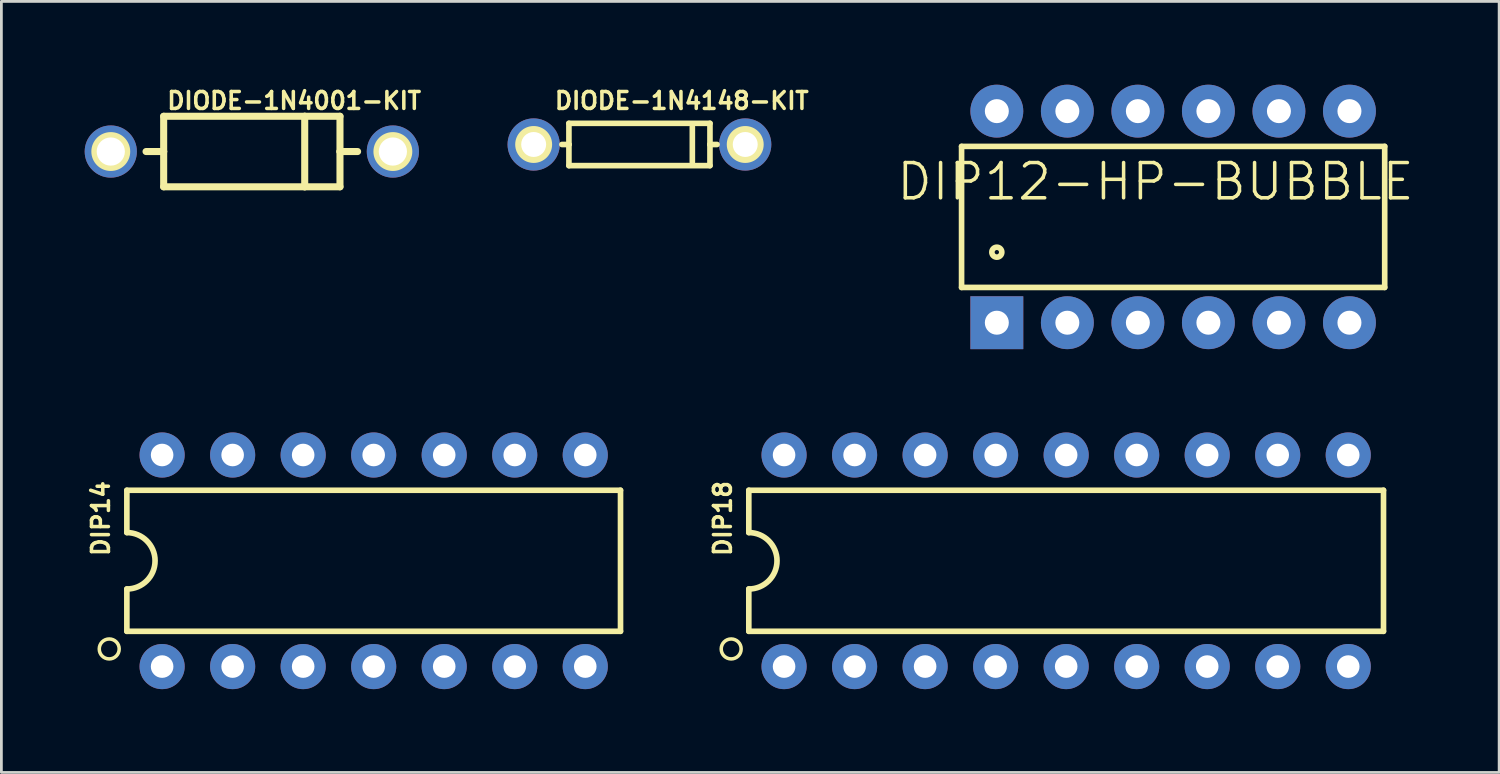
<source format=kicad_pcb>
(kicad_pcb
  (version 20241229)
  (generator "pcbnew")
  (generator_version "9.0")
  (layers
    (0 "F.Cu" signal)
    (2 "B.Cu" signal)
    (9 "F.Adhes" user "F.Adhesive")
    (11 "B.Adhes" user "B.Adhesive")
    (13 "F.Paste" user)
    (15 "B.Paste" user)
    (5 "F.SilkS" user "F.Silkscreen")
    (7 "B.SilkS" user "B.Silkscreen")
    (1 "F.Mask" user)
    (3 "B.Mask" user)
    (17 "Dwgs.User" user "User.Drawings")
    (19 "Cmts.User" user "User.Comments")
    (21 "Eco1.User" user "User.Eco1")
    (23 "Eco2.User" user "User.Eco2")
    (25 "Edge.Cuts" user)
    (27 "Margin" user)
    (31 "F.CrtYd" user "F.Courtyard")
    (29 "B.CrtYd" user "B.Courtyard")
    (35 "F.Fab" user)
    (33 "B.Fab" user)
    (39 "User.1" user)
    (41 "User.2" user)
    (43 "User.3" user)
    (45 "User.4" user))
  (footprint "DIP18"
    (layer "F.Cu")
    (at 35.35 17.148)
    (property "Reference" "DIP18" (at -12.37 -1.524 90) (layer "F.SilkS") (effects (font (size 0.61 0.61) (thickness 0.127))))
    (attr exclude_from_pos_files exclude_from_bom)
    (fp_line (start -11.43 -2.54) (end -11.43 -1.016) (stroke (width 0.203) (type solid)) (layer "F.SilkS"))
    (fp_line (start -11.43 2.54) (end -11.43 1.016) (stroke (width 0.203) (type solid)) (layer "F.SilkS"))
    (fp_line (start -11.43 2.54) (end 11.43 2.54) (stroke (width 0.203) (type solid)) (layer "F.SilkS"))
    (fp_line (start 11.43 -2.54) (end -11.43 -2.54) (stroke (width 0.203) (type solid)) (layer "F.SilkS"))
    (fp_line (start 11.43 -2.54) (end 11.43 2.54) (stroke (width 0.203) (type solid)) (layer "F.SilkS"))
    (fp_arc (start -11.43 -1.016) (mid -10.414 0) (end -11.43 1.016) (stroke (width 0.2032) (type solid)) (layer "F.SilkS"))
    (fp_circle (center -12.065 3.175) (end -12.319 3.429) (stroke (width 0.127) (type solid)) (fill no) (layer "F.SilkS"))
    (pad "1" thru_hole circle (at -10.16 3.81) (size 1.626 1.626) (drill 0.813) (layers "*.Cu" "*.Paste" "*.Mask"))
    (pad "2" thru_hole circle (at -7.62 3.81) (size 1.626 1.626) (drill 0.813) (layers "*.Cu" "*.Paste" "*.Mask"))
    (pad "3" thru_hole circle (at -5.08 3.81) (size 1.626 1.626) (drill 0.813) (layers "*.Cu" "*.Paste" "*.Mask"))
    (pad "4" thru_hole circle (at -2.54 3.81) (size 1.626 1.626) (drill 0.813) (layers "*.Cu" "*.Paste" "*.Mask"))
    (pad "5" thru_hole circle (at 0 3.81) (size 1.626 1.626) (drill 0.813) (layers "*.Cu" "*.Paste" "*.Mask"))
    (pad "6" thru_hole circle (at 2.54 3.81) (size 1.626 1.626) (drill 0.813) (layers "*.Cu" "*.Paste" "*.Mask"))
    (pad "7" thru_hole circle (at 5.08 3.81) (size 1.626 1.626) (drill 0.813) (layers "*.Cu" "*.Paste" "*.Mask"))
    (pad "8" thru_hole circle (at 7.62 3.81) (size 1.626 1.626) (drill 0.813) (layers "*.Cu" "*.Paste" "*.Mask"))
    (pad "9" thru_hole circle (at 10.16 3.81) (size 1.626 1.626) (drill 0.813) (layers "*.Cu" "*.Paste" "*.Mask"))
    (pad "10" thru_hole circle (at 10.16 -3.81) (size 1.626 1.626) (drill 0.813) (layers "*.Cu" "*.Paste" "*.Mask"))
    (pad "11" thru_hole circle (at 7.62 -3.81) (size 1.626 1.626) (drill 0.813) (layers "*.Cu" "*.Paste" "*.Mask"))
    (pad "12" thru_hole circle (at 5.08 -3.81) (size 1.626 1.626) (drill 0.813) (layers "*.Cu" "*.Paste" "*.Mask"))
    (pad "13" thru_hole circle (at 2.54 -3.81) (size 1.626 1.626) (drill 0.813) (layers "*.Cu" "*.Paste" "*.Mask"))
    (pad "14" thru_hole circle (at 0 -3.81) (size 1.626 1.626) (drill 0.813) (layers "*.Cu" "*.Paste" "*.Mask"))
    (pad "15" thru_hole circle (at -2.54 -3.81) (size 1.626 1.626) (drill 0.813) (layers "*.Cu" "*.Paste" "*.Mask"))
    (pad "16" thru_hole circle (at -5.08 -3.81) (size 1.626 1.626) (drill 0.813) (layers "*.Cu" "*.Paste" "*.Mask"))
    (pad "17" thru_hole circle (at -7.62 -3.81) (size 1.626 1.626) (drill 0.813) (layers "*.Cu" "*.Paste" "*.Mask"))
    (pad "18" thru_hole circle (at -10.16 -3.81) (size 1.626 1.626) (drill 0.813) (layers "*.Cu" "*.Paste" "*.Mask")))
  (footprint "DIODE-1N4001-KIT"
    (layer "F.Cu")
    (at 6.02 2.408)
    (property "Reference" "DIODE-1N4001-KIT" (at 1.524 -1.829 0) (layer "F.SilkS") (effects (font (size 0.61 0.61) (thickness 0.127))))
    (attr exclude_from_pos_files exclude_from_bom)
    (fp_line (start -3.175 -1.27) (end -3.175 0) (stroke (width 0.254) (type solid)) (layer "F.SilkS"))
    (fp_line (start -3.175 0) (end -3.81 0) (stroke (width 0.254) (type solid)) (layer "F.SilkS"))
    (fp_line (start -3.175 0) (end -3.175 1.27) (stroke (width 0.254) (type solid)) (layer "F.SilkS"))
    (fp_line (start -3.175 1.27) (end 1.905 1.27) (stroke (width 0.254) (type solid)) (layer "F.SilkS"))
    (fp_line (start 1.905 -1.27) (end -3.175 -1.27) (stroke (width 0.254) (type solid)) (layer "F.SilkS"))
    (fp_line (start 1.905 -1.27) (end 1.905 1.27) (stroke (width 0.254) (type solid)) (layer "F.SilkS"))
    (fp_line (start 1.905 1.27) (end 3.175 1.27) (stroke (width 0.254) (type solid)) (layer "F.SilkS"))
    (fp_line (start 3.175 -1.27) (end 1.905 -1.27) (stroke (width 0.254) (type solid)) (layer "F.SilkS"))
    (fp_line (start 3.175 0) (end 3.175 -1.27) (stroke (width 0.254) (type solid)) (layer "F.SilkS"))
    (fp_line (start 3.175 0) (end 3.81 0) (stroke (width 0.254) (type solid)) (layer "F.SilkS"))
    (fp_line (start 3.175 1.27) (end 3.175 0) (stroke (width 0.254) (type solid)) (layer "F.SilkS"))
    (fp_circle (center -5.08 0) (end -5.575 0.495) (stroke (width 0) (type solid)) (fill yes) (layer "F.SilkS"))
    (fp_circle (center -5.08 0) (end -5.334 0.254) (stroke (width 0) (type solid)) (fill yes) (layer "F.SilkS"))
    (fp_circle (center 5.08 0) (end 5.334 0.254) (stroke (width 0) (type solid)) (fill yes) (layer "F.SilkS"))
    (fp_circle (center 5.08 0) (end 5.575 0.495) (stroke (width 0) (type solid)) (fill yes) (layer "F.SilkS"))
    (pad "A" thru_hole circle (at -5.08 0) (size 1.88 1.88) (drill 1.016) (layers "*.Cu" "*.Paste" "*.Mask"))
    (pad "C" thru_hole circle (at 5.08 0) (size 1.88 1.88) (drill 1.016) (layers "*.Cu" "*.Paste" "*.Mask")))
  (footprint "DIP12-HP-BUBBLE"
    (layer "F.Cu")
    (at 39.203 4.763)
    (property "Reference" "DIP12-HP-BUBBLE" (at -0.635 -1.27 0) (layer "F.SilkS") (effects (font (size 1.27 1.27) (thickness 0.127))))
    (attr exclude_from_pos_files exclude_from_bom)
    (fp_line (start -7.62 -2.54) (end 7.62 -2.54) (stroke (width 0.203) (type solid)) (layer "F.SilkS"))
    (fp_line (start -7.62 2.54) (end -7.62 -2.54) (stroke (width 0.203) (type solid)) (layer "F.SilkS"))
    (fp_line (start -7.62 2.54) (end 7.62 2.54) (stroke (width 0.203) (type solid)) (layer "F.SilkS"))
    (fp_line (start 7.62 -2.54) (end 7.62 2.54) (stroke (width 0.203) (type solid)) (layer "F.SilkS"))
    (fp_circle (center -6.35 1.27) (end -6.477 1.397) (stroke (width 0.203) (type solid)) (fill no) (layer "F.SilkS"))
    (pad "1" thru_hole rect (at -6.35 3.81) (size 1.905 1.905) (drill 0.864) (layers "*.Cu" "*.Paste" "*.Mask"))
    (pad "2" thru_hole circle (at -3.81 3.81) (size 1.905 1.905) (drill 0.864) (layers "*.Cu" "*.Paste" "*.Mask"))
    (pad "3" thru_hole circle (at -1.27 3.81) (size 1.905 1.905) (drill 0.864) (layers "*.Cu" "*.Paste" "*.Mask"))
    (pad "4" thru_hole circle (at 1.27 3.81) (size 1.905 1.905) (drill 0.864) (layers "*.Cu" "*.Paste" "*.Mask"))
    (pad "5" thru_hole circle (at 3.81 3.81) (size 1.905 1.905) (drill 0.864) (layers "*.Cu" "*.Paste" "*.Mask"))
    (pad "6" thru_hole circle (at 6.35 3.81) (size 1.905 1.905) (drill 0.864) (layers "*.Cu" "*.Paste" "*.Mask"))
    (pad "7" thru_hole circle (at 6.35 -3.81) (size 1.905 1.905) (drill 0.864) (layers "*.Cu" "*.Paste" "*.Mask"))
    (pad "8" thru_hole circle (at 3.81 -3.81) (size 1.905 1.905) (drill 0.864) (layers "*.Cu" "*.Paste" "*.Mask"))
    (pad "9" thru_hole circle (at 1.27 -3.81) (size 1.905 1.905) (drill 0.864) (layers "*.Cu" "*.Paste" "*.Mask"))
    (pad "10" thru_hole circle (at -1.27 -3.81) (size 1.905 1.905) (drill 0.864) (layers "*.Cu" "*.Paste" "*.Mask"))
    (pad "11" thru_hole circle (at -3.81 -3.81) (size 1.905 1.905) (drill 0.864) (layers "*.Cu" "*.Paste" "*.Mask"))
    (pad "12" thru_hole circle (at -6.35 -3.81) (size 1.905 1.905) (drill 0.864) (layers "*.Cu" "*.Paste" "*.Mask")))
  (footprint "DIODE-1N4148-KIT"
    (layer "F.Cu")
    (at 19.981 2.154)
    (property "Reference" "DIODE-1N4148-KIT" (at 1.524 -1.575 0) (layer "F.SilkS") (effects (font (size 0.61 0.61) (thickness 0.127))))
    (attr exclude_from_pos_files exclude_from_bom)
    (fp_line (start -2.54 -0.762) (end 2.54 -0.762) (stroke (width 0.203) (type solid)) (layer "F.SilkS"))
    (fp_line (start -2.54 0) (end -2.794 0) (stroke (width 0.203) (type solid)) (layer "F.SilkS"))
    (fp_line (start -2.54 0) (end -2.54 -0.762) (stroke (width 0.203) (type solid)) (layer "F.SilkS"))
    (fp_line (start -2.54 0.762) (end -2.54 0) (stroke (width 0.203) (type solid)) (layer "F.SilkS"))
    (fp_line (start 1.905 -0.635) (end 1.905 0.635) (stroke (width 0.203) (type solid)) (layer "F.SilkS"))
    (fp_line (start 2.54 -0.762) (end 2.54 0) (stroke (width 0.203) (type solid)) (layer "F.SilkS"))
    (fp_line (start 2.54 0) (end 2.54 0.762) (stroke (width 0.203) (type solid)) (layer "F.SilkS"))
    (fp_line (start 2.54 0) (end 2.794 0) (stroke (width 0.203) (type solid)) (layer "F.SilkS"))
    (fp_line (start 2.54 0.762) (end -2.54 0.762) (stroke (width 0.203) (type solid)) (layer "F.SilkS"))
    (fp_circle (center -3.81 0) (end -4.28 0.47) (stroke (width 0) (type solid)) (fill yes) (layer "F.SilkS"))
    (fp_circle (center -3.81 0) (end -4.039 0.229) (stroke (width 0) (type solid)) (fill yes) (layer "F.SilkS"))
    (fp_circle (center -3.81 0) (end -4.039 0.229) (stroke (width 0) (type solid)) (fill yes) (layer "F.SilkS"))
    (fp_circle (center 3.81 0) (end 4.039 0.229) (stroke (width 0) (type solid)) (fill yes) (layer "F.SilkS"))
    (fp_circle (center 3.81 0) (end 4.28 0.47) (stroke (width 0) (type solid)) (fill yes) (layer "F.SilkS"))
    (pad "A" thru_hole circle (at -3.81 0) (size 1.88 1.88) (drill 0.899) (layers "*.Cu" "*.Paste" "*.Mask"))
    (pad "C" thru_hole circle (at 3.81 0) (size 1.88 1.88) (drill 0.899) (layers "*.Cu" "*.Paste" "*.Mask")))
  (footprint "DIP14"
    (layer "F.Cu")
    (at 10.409 17.148)
    (property "Reference" "DIP14" (at -9.83 -1.524 90) (layer "F.SilkS") (effects (font (size 0.61 0.61) (thickness 0.127))))
    (attr exclude_from_pos_files exclude_from_bom)
    (fp_line (start -8.89 -2.54) (end -8.89 -1.016) (stroke (width 0.203) (type solid)) (layer "F.SilkS"))
    (fp_line (start -8.89 2.54) (end -8.89 1.016) (stroke (width 0.203) (type solid)) (layer "F.SilkS"))
    (fp_line (start -8.89 2.54) (end 8.89 2.54) (stroke (width 0.203) (type solid)) (layer "F.SilkS"))
    (fp_line (start 8.89 -2.54) (end -8.89 -2.54) (stroke (width 0.203) (type solid)) (layer "F.SilkS"))
    (fp_line (start 8.89 -2.54) (end 8.89 2.54) (stroke (width 0.203) (type solid)) (layer "F.SilkS"))
    (fp_arc (start -8.89 -1.016) (mid -7.874 0) (end -8.89 1.016) (stroke (width 0.2032) (type solid)) (layer "F.SilkS"))
    (fp_circle (center -9.525 3.175) (end -9.779 3.429) (stroke (width 0.127) (type solid)) (fill no) (layer "F.SilkS"))
    (pad "1" thru_hole circle (at -7.62 3.81) (size 1.626 1.626) (drill 0.813) (layers "*.Cu" "*.Paste" "*.Mask"))
    (pad "2" thru_hole circle (at -5.08 3.81) (size 1.626 1.626) (drill 0.813) (layers "*.Cu" "*.Paste" "*.Mask"))
    (pad "3" thru_hole circle (at -2.54 3.81) (size 1.626 1.626) (drill 0.813) (layers "*.Cu" "*.Paste" "*.Mask"))
    (pad "4" thru_hole circle (at 0 3.81) (size 1.626 1.626) (drill 0.813) (layers "*.Cu" "*.Paste" "*.Mask"))
    (pad "5" thru_hole circle (at 2.54 3.81) (size 1.626 1.626) (drill 0.813) (layers "*.Cu" "*.Paste" "*.Mask"))
    (pad "6" thru_hole circle (at 5.08 3.81) (size 1.626 1.626) (drill 0.813) (layers "*.Cu" "*.Paste" "*.Mask"))
    (pad "7" thru_hole circle (at 7.62 3.81) (size 1.626 1.626) (drill 0.813) (layers "*.Cu" "*.Paste" "*.Mask"))
    (pad "8" thru_hole circle (at 7.62 -3.81) (size 1.626 1.626) (drill 0.813) (layers "*.Cu" "*.Paste" "*.Mask"))
    (pad "9" thru_hole circle (at 5.08 -3.81) (size 1.626 1.626) (drill 0.813) (layers "*.Cu" "*.Paste" "*.Mask"))
    (pad "10" thru_hole circle (at 2.54 -3.81) (size 1.626 1.626) (drill 0.813) (layers "*.Cu" "*.Paste" "*.Mask"))
    (pad "11" thru_hole circle (at 0 -3.81) (size 1.626 1.626) (drill 0.813) (layers "*.Cu" "*.Paste" "*.Mask"))
    (pad "12" thru_hole circle (at -2.54 -3.81) (size 1.626 1.626) (drill 0.813) (layers "*.Cu" "*.Paste" "*.Mask"))
    (pad "13" thru_hole circle (at -5.08 -3.81) (size 1.626 1.626) (drill 0.813) (layers "*.Cu" "*.Paste" "*.Mask"))
    (pad "14" thru_hole circle (at -7.62 -3.81) (size 1.626 1.626) (drill 0.813) (layers "*.Cu" "*.Paste" "*.Mask")))
  (gr_rect
    (start -3 -3)
    (end 50.945 24.771)
    (stroke (width 0.1) (type default))
    (fill no)
    (layer "Edge.Cuts")))
</source>
